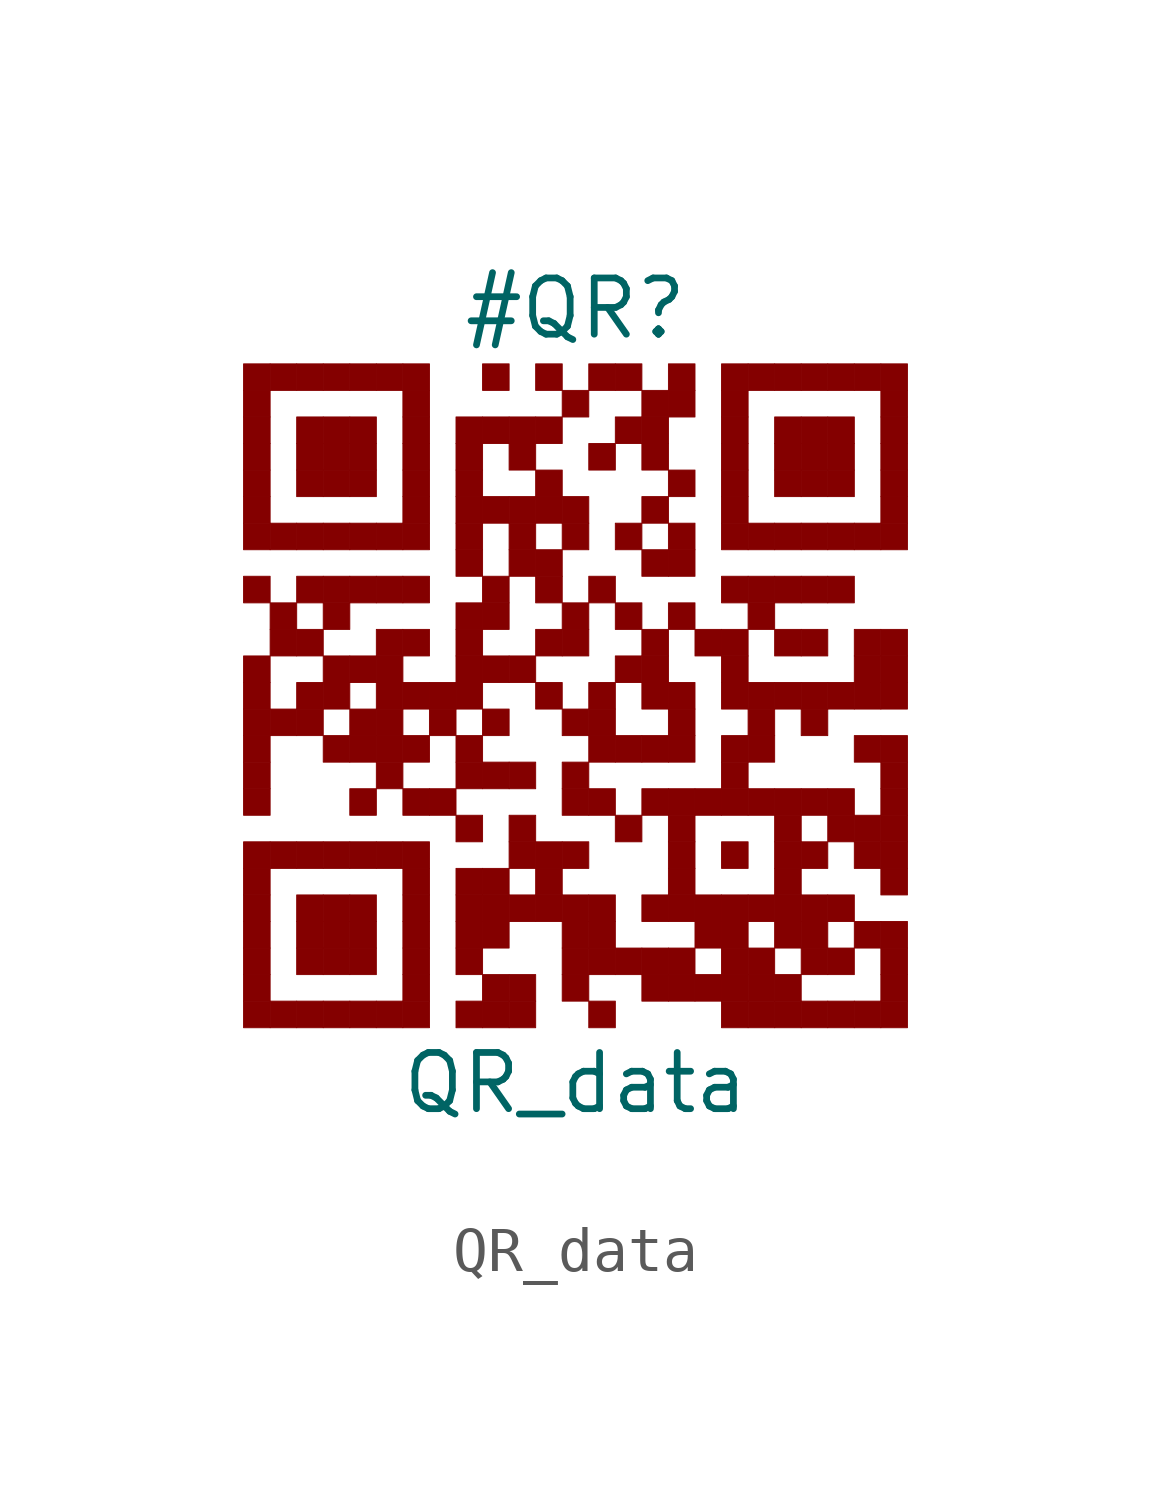
<source format=kicad_sym>
(kicad_symbol_lib
  (version 20211014)
  (generator kibot)
  (symbol "QR_data"
    (pin_numbers hide)
    (pin_names hide)
    (property "Reference" "#QR"
      (at 0 8.75 0)
      (effects (font (size 1.27 1.27))))
    (property "Value" "QR_data"
      (at 0 -8.75 0)
      (effects (font (size 1.27 1.27))))
    (rectangle
      (start -7.5 7.5)
      (end -6.9 6.9)
      (stroke (width 0.001) (type default))
      (fill (type outline)))
    (rectangle
      (start -6.9 7.5)
      (end -6.3 6.9)
      (stroke (width 0.001) (type default))
      (fill (type outline)))
    (rectangle
      (start -6.3 7.5)
      (end -5.7 6.9)
      (stroke (width 0.001) (type default))
      (fill (type outline)))
    (rectangle
      (start -5.7 7.5)
      (end -5.1 6.9)
      (stroke (width 0.001) (type default))
      (fill (type outline)))
    (rectangle
      (start -5.1 7.5)
      (end -4.5 6.9)
      (stroke (width 0.001) (type default))
      (fill (type outline)))
    (rectangle
      (start -4.5 7.5)
      (end -3.9 6.9)
      (stroke (width 0.001) (type default))
      (fill (type outline)))
    (rectangle
      (start -3.9 7.5)
      (end -3.3 6.9)
      (stroke (width 0.001) (type default))
      (fill (type outline)))
    (rectangle
      (start -2.1 7.5)
      (end -1.5 6.9)
      (stroke (width 0.001) (type default))
      (fill (type outline)))
    (rectangle
      (start -0.9 7.5)
      (end -0.3 6.9)
      (stroke (width 0.001) (type default))
      (fill (type outline)))
    (rectangle
      (start 0.3 7.5)
      (end 0.9 6.9)
      (stroke (width 0.001) (type default))
      (fill (type outline)))
    (rectangle
      (start 0.9 7.5)
      (end 1.5 6.9)
      (stroke (width 0.001) (type default))
      (fill (type outline)))
    (rectangle
      (start 2.1 7.5)
      (end 2.7 6.9)
      (stroke (width 0.001) (type default))
      (fill (type outline)))
    (rectangle
      (start 3.3 7.5)
      (end 3.9 6.9)
      (stroke (width 0.001) (type default))
      (fill (type outline)))
    (rectangle
      (start 3.9 7.5)
      (end 4.5 6.9)
      (stroke (width 0.001) (type default))
      (fill (type outline)))
    (rectangle
      (start 4.5 7.5)
      (end 5.1 6.9)
      (stroke (width 0.001) (type default))
      (fill (type outline)))
    (rectangle
      (start 5.1 7.5)
      (end 5.7 6.9)
      (stroke (width 0.001) (type default))
      (fill (type outline)))
    (rectangle
      (start 5.7 7.5)
      (end 6.3 6.9)
      (stroke (width 0.001) (type default))
      (fill (type outline)))
    (rectangle
      (start 6.3 7.5)
      (end 6.9 6.9)
      (stroke (width 0.001) (type default))
      (fill (type outline)))
    (rectangle
      (start 6.9 7.5)
      (end 7.5 6.9)
      (stroke (width 0.001) (type default))
      (fill (type outline)))
    (rectangle
      (start -7.5 6.9)
      (end -6.9 6.3)
      (stroke (width 0.001) (type default))
      (fill (type outline)))
    (rectangle
      (start -3.9 6.9)
      (end -3.3 6.3)
      (stroke (width 0.001) (type default))
      (fill (type outline)))
    (rectangle
      (start -0.3 6.9)
      (end 0.3 6.3)
      (stroke (width 0.001) (type default))
      (fill (type outline)))
    (rectangle
      (start 1.5 6.9)
      (end 2.1 6.3)
      (stroke (width 0.001) (type default))
      (fill (type outline)))
    (rectangle
      (start 2.1 6.9)
      (end 2.7 6.3)
      (stroke (width 0.001) (type default))
      (fill (type outline)))
    (rectangle
      (start 3.3 6.9)
      (end 3.9 6.3)
      (stroke (width 0.001) (type default))
      (fill (type outline)))
    (rectangle
      (start 6.9 6.9)
      (end 7.5 6.3)
      (stroke (width 0.001) (type default))
      (fill (type outline)))
    (rectangle
      (start -7.5 6.3)
      (end -6.9 5.7)
      (stroke (width 0.001) (type default))
      (fill (type outline)))
    (rectangle
      (start -6.3 6.3)
      (end -5.7 5.7)
      (stroke (width 0.001) (type default))
      (fill (type outline)))
    (rectangle
      (start -5.7 6.3)
      (end -5.1 5.7)
      (stroke (width 0.001) (type default))
      (fill (type outline)))
    (rectangle
      (start -5.1 6.3)
      (end -4.5 5.7)
      (stroke (width 0.001) (type default))
      (fill (type outline)))
    (rectangle
      (start -3.9 6.3)
      (end -3.3 5.7)
      (stroke (width 0.001) (type default))
      (fill (type outline)))
    (rectangle
      (start -2.7 6.3)
      (end -2.1 5.7)
      (stroke (width 0.001) (type default))
      (fill (type outline)))
    (rectangle
      (start -2.1 6.3)
      (end -1.5 5.7)
      (stroke (width 0.001) (type default))
      (fill (type outline)))
    (rectangle
      (start -1.5 6.3)
      (end -0.9 5.7)
      (stroke (width 0.001) (type default))
      (fill (type outline)))
    (rectangle
      (start -0.9 6.3)
      (end -0.3 5.7)
      (stroke (width 0.001) (type default))
      (fill (type outline)))
    (rectangle
      (start 0.9 6.3)
      (end 1.5 5.7)
      (stroke (width 0.001) (type default))
      (fill (type outline)))
    (rectangle
      (start 1.5 6.3)
      (end 2.1 5.7)
      (stroke (width 0.001) (type default))
      (fill (type outline)))
    (rectangle
      (start 3.3 6.3)
      (end 3.9 5.7)
      (stroke (width 0.001) (type default))
      (fill (type outline)))
    (rectangle
      (start 4.5 6.3)
      (end 5.1 5.7)
      (stroke (width 0.001) (type default))
      (fill (type outline)))
    (rectangle
      (start 5.1 6.3)
      (end 5.7 5.7)
      (stroke (width 0.001) (type default))
      (fill (type outline)))
    (rectangle
      (start 5.7 6.3)
      (end 6.3 5.7)
      (stroke (width 0.001) (type default))
      (fill (type outline)))
    (rectangle
      (start 6.9 6.3)
      (end 7.5 5.7)
      (stroke (width 0.001) (type default))
      (fill (type outline)))
    (rectangle
      (start -7.5 5.7)
      (end -6.9 5.1)
      (stroke (width 0.001) (type default))
      (fill (type outline)))
    (rectangle
      (start -6.3 5.7)
      (end -5.7 5.1)
      (stroke (width 0.001) (type default))
      (fill (type outline)))
    (rectangle
      (start -5.7 5.7)
      (end -5.1 5.1)
      (stroke (width 0.001) (type default))
      (fill (type outline)))
    (rectangle
      (start -5.1 5.7)
      (end -4.5 5.1)
      (stroke (width 0.001) (type default))
      (fill (type outline)))
    (rectangle
      (start -3.9 5.7)
      (end -3.3 5.1)
      (stroke (width 0.001) (type default))
      (fill (type outline)))
    (rectangle
      (start -2.7 5.7)
      (end -2.1 5.1)
      (stroke (width 0.001) (type default))
      (fill (type outline)))
    (rectangle
      (start -1.5 5.7)
      (end -0.9 5.1)
      (stroke (width 0.001) (type default))
      (fill (type outline)))
    (rectangle
      (start 0.3 5.7)
      (end 0.9 5.1)
      (stroke (width 0.001) (type default))
      (fill (type outline)))
    (rectangle
      (start 1.5 5.7)
      (end 2.1 5.1)
      (stroke (width 0.001) (type default))
      (fill (type outline)))
    (rectangle
      (start 3.3 5.7)
      (end 3.9 5.1)
      (stroke (width 0.001) (type default))
      (fill (type outline)))
    (rectangle
      (start 4.5 5.7)
      (end 5.1 5.1)
      (stroke (width 0.001) (type default))
      (fill (type outline)))
    (rectangle
      (start 5.1 5.7)
      (end 5.7 5.1)
      (stroke (width 0.001) (type default))
      (fill (type outline)))
    (rectangle
      (start 5.7 5.7)
      (end 6.3 5.1)
      (stroke (width 0.001) (type default))
      (fill (type outline)))
    (rectangle
      (start 6.9 5.7)
      (end 7.5 5.1)
      (stroke (width 0.001) (type default))
      (fill (type outline)))
    (rectangle
      (start -7.5 5.1)
      (end -6.9 4.5)
      (stroke (width 0.001) (type default))
      (fill (type outline)))
    (rectangle
      (start -6.3 5.1)
      (end -5.7 4.5)
      (stroke (width 0.001) (type default))
      (fill (type outline)))
    (rectangle
      (start -5.7 5.1)
      (end -5.1 4.5)
      (stroke (width 0.001) (type default))
      (fill (type outline)))
    (rectangle
      (start -5.1 5.1)
      (end -4.5 4.5)
      (stroke (width 0.001) (type default))
      (fill (type outline)))
    (rectangle
      (start -3.9 5.1)
      (end -3.3 4.5)
      (stroke (width 0.001) (type default))
      (fill (type outline)))
    (rectangle
      (start -2.7 5.1)
      (end -2.1 4.5)
      (stroke (width 0.001) (type default))
      (fill (type outline)))
    (rectangle
      (start -0.9 5.1)
      (end -0.3 4.5)
      (stroke (width 0.001) (type default))
      (fill (type outline)))
    (rectangle
      (start 2.1 5.1)
      (end 2.7 4.5)
      (stroke (width 0.001) (type default))
      (fill (type outline)))
    (rectangle
      (start 3.3 5.1)
      (end 3.9 4.5)
      (stroke (width 0.001) (type default))
      (fill (type outline)))
    (rectangle
      (start 4.5 5.1)
      (end 5.1 4.5)
      (stroke (width 0.001) (type default))
      (fill (type outline)))
    (rectangle
      (start 5.1 5.1)
      (end 5.7 4.5)
      (stroke (width 0.001) (type default))
      (fill (type outline)))
    (rectangle
      (start 5.7 5.1)
      (end 6.3 4.5)
      (stroke (width 0.001) (type default))
      (fill (type outline)))
    (rectangle
      (start 6.9 5.1)
      (end 7.5 4.5)
      (stroke (width 0.001) (type default))
      (fill (type outline)))
    (rectangle
      (start -7.5 4.5)
      (end -6.9 3.9)
      (stroke (width 0.001) (type default))
      (fill (type outline)))
    (rectangle
      (start -3.9 4.5)
      (end -3.3 3.9)
      (stroke (width 0.001) (type default))
      (fill (type outline)))
    (rectangle
      (start -2.7 4.5)
      (end -2.1 3.9)
      (stroke (width 0.001) (type default))
      (fill (type outline)))
    (rectangle
      (start -2.1 4.5)
      (end -1.5 3.9)
      (stroke (width 0.001) (type default))
      (fill (type outline)))
    (rectangle
      (start -1.5 4.5)
      (end -0.9 3.9)
      (stroke (width 0.001) (type default))
      (fill (type outline)))
    (rectangle
      (start -0.9 4.5)
      (end -0.3 3.9)
      (stroke (width 0.001) (type default))
      (fill (type outline)))
    (rectangle
      (start -0.3 4.5)
      (end 0.3 3.9)
      (stroke (width 0.001) (type default))
      (fill (type outline)))
    (rectangle
      (start 1.5 4.5)
      (end 2.1 3.9)
      (stroke (width 0.001) (type default))
      (fill (type outline)))
    (rectangle
      (start 3.3 4.5)
      (end 3.9 3.9)
      (stroke (width 0.001) (type default))
      (fill (type outline)))
    (rectangle
      (start 6.9 4.5)
      (end 7.5 3.9)
      (stroke (width 0.001) (type default))
      (fill (type outline)))
    (rectangle
      (start -7.5 3.9)
      (end -6.9 3.3)
      (stroke (width 0.001) (type default))
      (fill (type outline)))
    (rectangle
      (start -6.9 3.9)
      (end -6.3 3.3)
      (stroke (width 0.001) (type default))
      (fill (type outline)))
    (rectangle
      (start -6.3 3.9)
      (end -5.7 3.3)
      (stroke (width 0.001) (type default))
      (fill (type outline)))
    (rectangle
      (start -5.7 3.9)
      (end -5.1 3.3)
      (stroke (width 0.001) (type default))
      (fill (type outline)))
    (rectangle
      (start -5.1 3.9)
      (end -4.5 3.3)
      (stroke (width 0.001) (type default))
      (fill (type outline)))
    (rectangle
      (start -4.5 3.9)
      (end -3.9 3.3)
      (stroke (width 0.001) (type default))
      (fill (type outline)))
    (rectangle
      (start -3.9 3.9)
      (end -3.3 3.3)
      (stroke (width 0.001) (type default))
      (fill (type outline)))
    (rectangle
      (start -2.7 3.9)
      (end -2.1 3.3)
      (stroke (width 0.001) (type default))
      (fill (type outline)))
    (rectangle
      (start -1.5 3.9)
      (end -0.9 3.3)
      (stroke (width 0.001) (type default))
      (fill (type outline)))
    (rectangle
      (start -0.3 3.9)
      (end 0.3 3.3)
      (stroke (width 0.001) (type default))
      (fill (type outline)))
    (rectangle
      (start 0.9 3.9)
      (end 1.5 3.3)
      (stroke (width 0.001) (type default))
      (fill (type outline)))
    (rectangle
      (start 2.1 3.9)
      (end 2.7 3.3)
      (stroke (width 0.001) (type default))
      (fill (type outline)))
    (rectangle
      (start 3.3 3.9)
      (end 3.9 3.3)
      (stroke (width 0.001) (type default))
      (fill (type outline)))
    (rectangle
      (start 3.9 3.9)
      (end 4.5 3.3)
      (stroke (width 0.001) (type default))
      (fill (type outline)))
    (rectangle
      (start 4.5 3.9)
      (end 5.1 3.3)
      (stroke (width 0.001) (type default))
      (fill (type outline)))
    (rectangle
      (start 5.1 3.9)
      (end 5.7 3.3)
      (stroke (width 0.001) (type default))
      (fill (type outline)))
    (rectangle
      (start 5.7 3.9)
      (end 6.3 3.3)
      (stroke (width 0.001) (type default))
      (fill (type outline)))
    (rectangle
      (start 6.3 3.9)
      (end 6.9 3.3)
      (stroke (width 0.001) (type default))
      (fill (type outline)))
    (rectangle
      (start 6.9 3.9)
      (end 7.5 3.3)
      (stroke (width 0.001) (type default))
      (fill (type outline)))
    (rectangle
      (start -2.7 3.3)
      (end -2.1 2.7)
      (stroke (width 0.001) (type default))
      (fill (type outline)))
    (rectangle
      (start -1.5 3.3)
      (end -0.9 2.7)
      (stroke (width 0.001) (type default))
      (fill (type outline)))
    (rectangle
      (start -0.9 3.3)
      (end -0.3 2.7)
      (stroke (width 0.001) (type default))
      (fill (type outline)))
    (rectangle
      (start 1.5 3.3)
      (end 2.1 2.7)
      (stroke (width 0.001) (type default))
      (fill (type outline)))
    (rectangle
      (start 2.1 3.3)
      (end 2.7 2.7)
      (stroke (width 0.001) (type default))
      (fill (type outline)))
    (rectangle
      (start -7.5 2.7)
      (end -6.9 2.1)
      (stroke (width 0.001) (type default))
      (fill (type outline)))
    (rectangle
      (start -6.3 2.7)
      (end -5.7 2.1)
      (stroke (width 0.001) (type default))
      (fill (type outline)))
    (rectangle
      (start -5.7 2.7)
      (end -5.1 2.1)
      (stroke (width 0.001) (type default))
      (fill (type outline)))
    (rectangle
      (start -5.1 2.7)
      (end -4.5 2.1)
      (stroke (width 0.001) (type default))
      (fill (type outline)))
    (rectangle
      (start -4.5 2.7)
      (end -3.9 2.1)
      (stroke (width 0.001) (type default))
      (fill (type outline)))
    (rectangle
      (start -3.9 2.7)
      (end -3.3 2.1)
      (stroke (width 0.001) (type default))
      (fill (type outline)))
    (rectangle
      (start -2.1 2.7)
      (end -1.5 2.1)
      (stroke (width 0.001) (type default))
      (fill (type outline)))
    (rectangle
      (start -0.9 2.7)
      (end -0.3 2.1)
      (stroke (width 0.001) (type default))
      (fill (type outline)))
    (rectangle
      (start 0.3 2.7)
      (end 0.9 2.1)
      (stroke (width 0.001) (type default))
      (fill (type outline)))
    (rectangle
      (start 3.3 2.7)
      (end 3.9 2.1)
      (stroke (width 0.001) (type default))
      (fill (type outline)))
    (rectangle
      (start 3.9 2.7)
      (end 4.5 2.1)
      (stroke (width 0.001) (type default))
      (fill (type outline)))
    (rectangle
      (start 4.5 2.7)
      (end 5.1 2.1)
      (stroke (width 0.001) (type default))
      (fill (type outline)))
    (rectangle
      (start 5.1 2.7)
      (end 5.7 2.1)
      (stroke (width 0.001) (type default))
      (fill (type outline)))
    (rectangle
      (start 5.7 2.7)
      (end 6.3 2.1)
      (stroke (width 0.001) (type default))
      (fill (type outline)))
    (rectangle
      (start -6.9 2.1)
      (end -6.3 1.5)
      (stroke (width 0.001) (type default))
      (fill (type outline)))
    (rectangle
      (start -5.7 2.1)
      (end -5.1 1.5)
      (stroke (width 0.001) (type default))
      (fill (type outline)))
    (rectangle
      (start -2.7 2.1)
      (end -2.1 1.5)
      (stroke (width 0.001) (type default))
      (fill (type outline)))
    (rectangle
      (start -2.1 2.1)
      (end -1.5 1.5)
      (stroke (width 0.001) (type default))
      (fill (type outline)))
    (rectangle
      (start -0.3 2.1)
      (end 0.3 1.5)
      (stroke (width 0.001) (type default))
      (fill (type outline)))
    (rectangle
      (start 0.9 2.1)
      (end 1.5 1.5)
      (stroke (width 0.001) (type default))
      (fill (type outline)))
    (rectangle
      (start 2.1 2.1)
      (end 2.7 1.5)
      (stroke (width 0.001) (type default))
      (fill (type outline)))
    (rectangle
      (start 3.9 2.1)
      (end 4.5 1.5)
      (stroke (width 0.001) (type default))
      (fill (type outline)))
    (rectangle
      (start -6.9 1.5)
      (end -6.3 0.9)
      (stroke (width 0.001) (type default))
      (fill (type outline)))
    (rectangle
      (start -6.3 1.5)
      (end -5.7 0.9)
      (stroke (width 0.001) (type default))
      (fill (type outline)))
    (rectangle
      (start -4.5 1.5)
      (end -3.9 0.9)
      (stroke (width 0.001) (type default))
      (fill (type outline)))
    (rectangle
      (start -3.9 1.5)
      (end -3.3 0.9)
      (stroke (width 0.001) (type default))
      (fill (type outline)))
    (rectangle
      (start -2.7 1.5)
      (end -2.1 0.9)
      (stroke (width 0.001) (type default))
      (fill (type outline)))
    (rectangle
      (start -0.9 1.5)
      (end -0.3 0.9)
      (stroke (width 0.001) (type default))
      (fill (type outline)))
    (rectangle
      (start -0.3 1.5)
      (end 0.3 0.9)
      (stroke (width 0.001) (type default))
      (fill (type outline)))
    (rectangle
      (start 1.5 1.5)
      (end 2.1 0.9)
      (stroke (width 0.001) (type default))
      (fill (type outline)))
    (rectangle
      (start 2.7 1.5)
      (end 3.3 0.9)
      (stroke (width 0.001) (type default))
      (fill (type outline)))
    (rectangle
      (start 3.3 1.5)
      (end 3.9 0.9)
      (stroke (width 0.001) (type default))
      (fill (type outline)))
    (rectangle
      (start 4.5 1.5)
      (end 5.1 0.9)
      (stroke (width 0.001) (type default))
      (fill (type outline)))
    (rectangle
      (start 5.1 1.5)
      (end 5.7 0.9)
      (stroke (width 0.001) (type default))
      (fill (type outline)))
    (rectangle
      (start 6.3 1.5)
      (end 6.9 0.9)
      (stroke (width 0.001) (type default))
      (fill (type outline)))
    (rectangle
      (start 6.9 1.5)
      (end 7.5 0.9)
      (stroke (width 0.001) (type default))
      (fill (type outline)))
    (rectangle
      (start -7.5 0.9)
      (end -6.9 0.3)
      (stroke (width 0.001) (type default))
      (fill (type outline)))
    (rectangle
      (start -5.7 0.9)
      (end -5.1 0.3)
      (stroke (width 0.001) (type default))
      (fill (type outline)))
    (rectangle
      (start -5.1 0.9)
      (end -4.5 0.3)
      (stroke (width 0.001) (type default))
      (fill (type outline)))
    (rectangle
      (start -4.5 0.9)
      (end -3.9 0.3)
      (stroke (width 0.001) (type default))
      (fill (type outline)))
    (rectangle
      (start -2.7 0.9)
      (end -2.1 0.3)
      (stroke (width 0.001) (type default))
      (fill (type outline)))
    (rectangle
      (start -2.1 0.9)
      (end -1.5 0.3)
      (stroke (width 0.001) (type default))
      (fill (type outline)))
    (rectangle
      (start -1.5 0.9)
      (end -0.9 0.3)
      (stroke (width 0.001) (type default))
      (fill (type outline)))
    (rectangle
      (start 0.9 0.9)
      (end 1.5 0.3)
      (stroke (width 0.001) (type default))
      (fill (type outline)))
    (rectangle
      (start 1.5 0.9)
      (end 2.1 0.3)
      (stroke (width 0.001) (type default))
      (fill (type outline)))
    (rectangle
      (start 3.3 0.9)
      (end 3.9 0.3)
      (stroke (width 0.001) (type default))
      (fill (type outline)))
    (rectangle
      (start 6.3 0.9)
      (end 6.9 0.3)
      (stroke (width 0.001) (type default))
      (fill (type outline)))
    (rectangle
      (start 6.9 0.9)
      (end 7.5 0.3)
      (stroke (width 0.001) (type default))
      (fill (type outline)))
    (rectangle
      (start -7.5 0.3)
      (end -6.9 -0.3)
      (stroke (width 0.001) (type default))
      (fill (type outline)))
    (rectangle
      (start -6.3 0.3)
      (end -5.7 -0.3)
      (stroke (width 0.001) (type default))
      (fill (type outline)))
    (rectangle
      (start -5.7 0.3)
      (end -5.1 -0.3)
      (stroke (width 0.001) (type default))
      (fill (type outline)))
    (rectangle
      (start -4.5 0.3)
      (end -3.9 -0.3)
      (stroke (width 0.001) (type default))
      (fill (type outline)))
    (rectangle
      (start -3.9 0.3)
      (end -3.3 -0.3)
      (stroke (width 0.001) (type default))
      (fill (type outline)))
    (rectangle
      (start -3.3 0.3)
      (end -2.7 -0.3)
      (stroke (width 0.001) (type default))
      (fill (type outline)))
    (rectangle
      (start -2.7 0.3)
      (end -2.1 -0.3)
      (stroke (width 0.001) (type default))
      (fill (type outline)))
    (rectangle
      (start -0.9 0.3)
      (end -0.3 -0.3)
      (stroke (width 0.001) (type default))
      (fill (type outline)))
    (rectangle
      (start 0.3 0.3)
      (end 0.9 -0.3)
      (stroke (width 0.001) (type default))
      (fill (type outline)))
    (rectangle
      (start 1.5 0.3)
      (end 2.1 -0.3)
      (stroke (width 0.001) (type default))
      (fill (type outline)))
    (rectangle
      (start 2.1 0.3)
      (end 2.7 -0.3)
      (stroke (width 0.001) (type default))
      (fill (type outline)))
    (rectangle
      (start 3.3 0.3)
      (end 3.9 -0.3)
      (stroke (width 0.001) (type default))
      (fill (type outline)))
    (rectangle
      (start 3.9 0.3)
      (end 4.5 -0.3)
      (stroke (width 0.001) (type default))
      (fill (type outline)))
    (rectangle
      (start 4.5 0.3)
      (end 5.1 -0.3)
      (stroke (width 0.001) (type default))
      (fill (type outline)))
    (rectangle
      (start 5.1 0.3)
      (end 5.7 -0.3)
      (stroke (width 0.001) (type default))
      (fill (type outline)))
    (rectangle
      (start 5.7 0.3)
      (end 6.3 -0.3)
      (stroke (width 0.001) (type default))
      (fill (type outline)))
    (rectangle
      (start 6.3 0.3)
      (end 6.9 -0.3)
      (stroke (width 0.001) (type default))
      (fill (type outline)))
    (rectangle
      (start 6.9 0.3)
      (end 7.5 -0.3)
      (stroke (width 0.001) (type default))
      (fill (type outline)))
    (rectangle
      (start -7.5 -0.3)
      (end -6.9 -0.9)
      (stroke (width 0.001) (type default))
      (fill (type outline)))
    (rectangle
      (start -6.9 -0.3)
      (end -6.3 -0.9)
      (stroke (width 0.001) (type default))
      (fill (type outline)))
    (rectangle
      (start -6.3 -0.3)
      (end -5.7 -0.9)
      (stroke (width 0.001) (type default))
      (fill (type outline)))
    (rectangle
      (start -5.1 -0.3)
      (end -4.5 -0.9)
      (stroke (width 0.001) (type default))
      (fill (type outline)))
    (rectangle
      (start -4.5 -0.3)
      (end -3.9 -0.9)
      (stroke (width 0.001) (type default))
      (fill (type outline)))
    (rectangle
      (start -3.3 -0.3)
      (end -2.7 -0.9)
      (stroke (width 0.001) (type default))
      (fill (type outline)))
    (rectangle
      (start -2.1 -0.3)
      (end -1.5 -0.9)
      (stroke (width 0.001) (type default))
      (fill (type outline)))
    (rectangle
      (start -0.3 -0.3)
      (end 0.3 -0.9)
      (stroke (width 0.001) (type default))
      (fill (type outline)))
    (rectangle
      (start 0.3 -0.3)
      (end 0.9 -0.9)
      (stroke (width 0.001) (type default))
      (fill (type outline)))
    (rectangle
      (start 2.1 -0.3)
      (end 2.7 -0.9)
      (stroke (width 0.001) (type default))
      (fill (type outline)))
    (rectangle
      (start 3.9 -0.3)
      (end 4.5 -0.9)
      (stroke (width 0.001) (type default))
      (fill (type outline)))
    (rectangle
      (start 5.1 -0.3)
      (end 5.7 -0.9)
      (stroke (width 0.001) (type default))
      (fill (type outline)))
    (rectangle
      (start -7.5 -0.9)
      (end -6.9 -1.5)
      (stroke (width 0.001) (type default))
      (fill (type outline)))
    (rectangle
      (start -5.7 -0.9)
      (end -5.1 -1.5)
      (stroke (width 0.001) (type default))
      (fill (type outline)))
    (rectangle
      (start -5.1 -0.9)
      (end -4.5 -1.5)
      (stroke (width 0.001) (type default))
      (fill (type outline)))
    (rectangle
      (start -4.5 -0.9)
      (end -3.9 -1.5)
      (stroke (width 0.001) (type default))
      (fill (type outline)))
    (rectangle
      (start -3.9 -0.9)
      (end -3.3 -1.5)
      (stroke (width 0.001) (type default))
      (fill (type outline)))
    (rectangle
      (start -2.7 -0.9)
      (end -2.1 -1.5)
      (stroke (width 0.001) (type default))
      (fill (type outline)))
    (rectangle
      (start 0.3 -0.9)
      (end 0.9 -1.5)
      (stroke (width 0.001) (type default))
      (fill (type outline)))
    (rectangle
      (start 0.9 -0.9)
      (end 1.5 -1.5)
      (stroke (width 0.001) (type default))
      (fill (type outline)))
    (rectangle
      (start 1.5 -0.9)
      (end 2.1 -1.5)
      (stroke (width 0.001) (type default))
      (fill (type outline)))
    (rectangle
      (start 2.1 -0.9)
      (end 2.7 -1.5)
      (stroke (width 0.001) (type default))
      (fill (type outline)))
    (rectangle
      (start 3.3 -0.9)
      (end 3.9 -1.5)
      (stroke (width 0.001) (type default))
      (fill (type outline)))
    (rectangle
      (start 3.9 -0.9)
      (end 4.5 -1.5)
      (stroke (width 0.001) (type default))
      (fill (type outline)))
    (rectangle
      (start 6.3 -0.9)
      (end 6.9 -1.5)
      (stroke (width 0.001) (type default))
      (fill (type outline)))
    (rectangle
      (start 6.9 -0.9)
      (end 7.5 -1.5)
      (stroke (width 0.001) (type default))
      (fill (type outline)))
    (rectangle
      (start -7.5 -1.5)
      (end -6.9 -2.1)
      (stroke (width 0.001) (type default))
      (fill (type outline)))
    (rectangle
      (start -4.5 -1.5)
      (end -3.9 -2.1)
      (stroke (width 0.001) (type default))
      (fill (type outline)))
    (rectangle
      (start -2.7 -1.5)
      (end -2.1 -2.1)
      (stroke (width 0.001) (type default))
      (fill (type outline)))
    (rectangle
      (start -2.1 -1.5)
      (end -1.5 -2.1)
      (stroke (width 0.001) (type default))
      (fill (type outline)))
    (rectangle
      (start -1.5 -1.5)
      (end -0.9 -2.1)
      (stroke (width 0.001) (type default))
      (fill (type outline)))
    (rectangle
      (start -0.3 -1.5)
      (end 0.3 -2.1)
      (stroke (width 0.001) (type default))
      (fill (type outline)))
    (rectangle
      (start 3.3 -1.5)
      (end 3.9 -2.1)
      (stroke (width 0.001) (type default))
      (fill (type outline)))
    (rectangle
      (start 6.9 -1.5)
      (end 7.5 -2.1)
      (stroke (width 0.001) (type default))
      (fill (type outline)))
    (rectangle
      (start -7.5 -2.1)
      (end -6.9 -2.7)
      (stroke (width 0.001) (type default))
      (fill (type outline)))
    (rectangle
      (start -5.1 -2.1)
      (end -4.5 -2.7)
      (stroke (width 0.001) (type default))
      (fill (type outline)))
    (rectangle
      (start -3.9 -2.1)
      (end -3.3 -2.7)
      (stroke (width 0.001) (type default))
      (fill (type outline)))
    (rectangle
      (start -3.3 -2.1)
      (end -2.7 -2.7)
      (stroke (width 0.001) (type default))
      (fill (type outline)))
    (rectangle
      (start -0.3 -2.1)
      (end 0.3 -2.7)
      (stroke (width 0.001) (type default))
      (fill (type outline)))
    (rectangle
      (start 0.3 -2.1)
      (end 0.9 -2.7)
      (stroke (width 0.001) (type default))
      (fill (type outline)))
    (rectangle
      (start 1.5 -2.1)
      (end 2.1 -2.7)
      (stroke (width 0.001) (type default))
      (fill (type outline)))
    (rectangle
      (start 2.1 -2.1)
      (end 2.7 -2.7)
      (stroke (width 0.001) (type default))
      (fill (type outline)))
    (rectangle
      (start 2.7 -2.1)
      (end 3.3 -2.7)
      (stroke (width 0.001) (type default))
      (fill (type outline)))
    (rectangle
      (start 3.3 -2.1)
      (end 3.9 -2.7)
      (stroke (width 0.001) (type default))
      (fill (type outline)))
    (rectangle
      (start 3.9 -2.1)
      (end 4.5 -2.7)
      (stroke (width 0.001) (type default))
      (fill (type outline)))
    (rectangle
      (start 4.5 -2.1)
      (end 5.1 -2.7)
      (stroke (width 0.001) (type default))
      (fill (type outline)))
    (rectangle
      (start 5.1 -2.1)
      (end 5.7 -2.7)
      (stroke (width 0.001) (type default))
      (fill (type outline)))
    (rectangle
      (start 5.7 -2.1)
      (end 6.3 -2.7)
      (stroke (width 0.001) (type default))
      (fill (type outline)))
    (rectangle
      (start 6.9 -2.1)
      (end 7.5 -2.7)
      (stroke (width 0.001) (type default))
      (fill (type outline)))
    (rectangle
      (start -2.7 -2.7)
      (end -2.1 -3.3)
      (stroke (width 0.001) (type default))
      (fill (type outline)))
    (rectangle
      (start -1.5 -2.7)
      (end -0.9 -3.3)
      (stroke (width 0.001) (type default))
      (fill (type outline)))
    (rectangle
      (start 0.9 -2.7)
      (end 1.5 -3.3)
      (stroke (width 0.001) (type default))
      (fill (type outline)))
    (rectangle
      (start 2.1 -2.7)
      (end 2.7 -3.3)
      (stroke (width 0.001) (type default))
      (fill (type outline)))
    (rectangle
      (start 4.5 -2.7)
      (end 5.1 -3.3)
      (stroke (width 0.001) (type default))
      (fill (type outline)))
    (rectangle
      (start 5.7 -2.7)
      (end 6.3 -3.3)
      (stroke (width 0.001) (type default))
      (fill (type outline)))
    (rectangle
      (start 6.3 -2.7)
      (end 6.9 -3.3)
      (stroke (width 0.001) (type default))
      (fill (type outline)))
    (rectangle
      (start 6.9 -2.7)
      (end 7.5 -3.3)
      (stroke (width 0.001) (type default))
      (fill (type outline)))
    (rectangle
      (start -7.5 -3.3)
      (end -6.9 -3.9)
      (stroke (width 0.001) (type default))
      (fill (type outline)))
    (rectangle
      (start -6.9 -3.3)
      (end -6.3 -3.9)
      (stroke (width 0.001) (type default))
      (fill (type outline)))
    (rectangle
      (start -6.3 -3.3)
      (end -5.7 -3.9)
      (stroke (width 0.001) (type default))
      (fill (type outline)))
    (rectangle
      (start -5.7 -3.3)
      (end -5.1 -3.9)
      (stroke (width 0.001) (type default))
      (fill (type outline)))
    (rectangle
      (start -5.1 -3.3)
      (end -4.5 -3.9)
      (stroke (width 0.001) (type default))
      (fill (type outline)))
    (rectangle
      (start -4.5 -3.3)
      (end -3.9 -3.9)
      (stroke (width 0.001) (type default))
      (fill (type outline)))
    (rectangle
      (start -3.9 -3.3)
      (end -3.3 -3.9)
      (stroke (width 0.001) (type default))
      (fill (type outline)))
    (rectangle
      (start -1.5 -3.3)
      (end -0.9 -3.9)
      (stroke (width 0.001) (type default))
      (fill (type outline)))
    (rectangle
      (start -0.9 -3.3)
      (end -0.3 -3.9)
      (stroke (width 0.001) (type default))
      (fill (type outline)))
    (rectangle
      (start -0.3 -3.3)
      (end 0.3 -3.9)
      (stroke (width 0.001) (type default))
      (fill (type outline)))
    (rectangle
      (start 2.1 -3.3)
      (end 2.7 -3.9)
      (stroke (width 0.001) (type default))
      (fill (type outline)))
    (rectangle
      (start 3.3 -3.3)
      (end 3.9 -3.9)
      (stroke (width 0.001) (type default))
      (fill (type outline)))
    (rectangle
      (start 4.5 -3.3)
      (end 5.1 -3.9)
      (stroke (width 0.001) (type default))
      (fill (type outline)))
    (rectangle
      (start 5.1 -3.3)
      (end 5.7 -3.9)
      (stroke (width 0.001) (type default))
      (fill (type outline)))
    (rectangle
      (start 6.3 -3.3)
      (end 6.9 -3.9)
      (stroke (width 0.001) (type default))
      (fill (type outline)))
    (rectangle
      (start 6.9 -3.3)
      (end 7.5 -3.9)
      (stroke (width 0.001) (type default))
      (fill (type outline)))
    (rectangle
      (start -7.5 -3.9)
      (end -6.9 -4.5)
      (stroke (width 0.001) (type default))
      (fill (type outline)))
    (rectangle
      (start -3.9 -3.9)
      (end -3.3 -4.5)
      (stroke (width 0.001) (type default))
      (fill (type outline)))
    (rectangle
      (start -2.7 -3.9)
      (end -2.1 -4.5)
      (stroke (width 0.001) (type default))
      (fill (type outline)))
    (rectangle
      (start -2.1 -3.9)
      (end -1.5 -4.5)
      (stroke (width 0.001) (type default))
      (fill (type outline)))
    (rectangle
      (start -0.9 -3.9)
      (end -0.3 -4.5)
      (stroke (width 0.001) (type default))
      (fill (type outline)))
    (rectangle
      (start 2.1 -3.9)
      (end 2.7 -4.5)
      (stroke (width 0.001) (type default))
      (fill (type outline)))
    (rectangle
      (start 4.5 -3.9)
      (end 5.1 -4.5)
      (stroke (width 0.001) (type default))
      (fill (type outline)))
    (rectangle
      (start 6.9 -3.9)
      (end 7.5 -4.5)
      (stroke (width 0.001) (type default))
      (fill (type outline)))
    (rectangle
      (start -7.5 -4.5)
      (end -6.9 -5.1)
      (stroke (width 0.001) (type default))
      (fill (type outline)))
    (rectangle
      (start -6.3 -4.5)
      (end -5.7 -5.1)
      (stroke (width 0.001) (type default))
      (fill (type outline)))
    (rectangle
      (start -5.7 -4.5)
      (end -5.1 -5.1)
      (stroke (width 0.001) (type default))
      (fill (type outline)))
    (rectangle
      (start -5.1 -4.5)
      (end -4.5 -5.1)
      (stroke (width 0.001) (type default))
      (fill (type outline)))
    (rectangle
      (start -3.9 -4.5)
      (end -3.3 -5.1)
      (stroke (width 0.001) (type default))
      (fill (type outline)))
    (rectangle
      (start -2.7 -4.5)
      (end -2.1 -5.1)
      (stroke (width 0.001) (type default))
      (fill (type outline)))
    (rectangle
      (start -2.1 -4.5)
      (end -1.5 -5.1)
      (stroke (width 0.001) (type default))
      (fill (type outline)))
    (rectangle
      (start -1.5 -4.5)
      (end -0.9 -5.1)
      (stroke (width 0.001) (type default))
      (fill (type outline)))
    (rectangle
      (start -0.9 -4.5)
      (end -0.3 -5.1)
      (stroke (width 0.001) (type default))
      (fill (type outline)))
    (rectangle
      (start -0.3 -4.5)
      (end 0.3 -5.1)
      (stroke (width 0.001) (type default))
      (fill (type outline)))
    (rectangle
      (start 0.3 -4.5)
      (end 0.9 -5.1)
      (stroke (width 0.001) (type default))
      (fill (type outline)))
    (rectangle
      (start 1.5 -4.5)
      (end 2.1 -5.1)
      (stroke (width 0.001) (type default))
      (fill (type outline)))
    (rectangle
      (start 2.1 -4.5)
      (end 2.7 -5.1)
      (stroke (width 0.001) (type default))
      (fill (type outline)))
    (rectangle
      (start 2.7 -4.5)
      (end 3.3 -5.1)
      (stroke (width 0.001) (type default))
      (fill (type outline)))
    (rectangle
      (start 3.3 -4.5)
      (end 3.9 -5.1)
      (stroke (width 0.001) (type default))
      (fill (type outline)))
    (rectangle
      (start 3.9 -4.5)
      (end 4.5 -5.1)
      (stroke (width 0.001) (type default))
      (fill (type outline)))
    (rectangle
      (start 4.5 -4.5)
      (end 5.1 -5.1)
      (stroke (width 0.001) (type default))
      (fill (type outline)))
    (rectangle
      (start 5.1 -4.5)
      (end 5.7 -5.1)
      (stroke (width 0.001) (type default))
      (fill (type outline)))
    (rectangle
      (start 5.7 -4.5)
      (end 6.3 -5.1)
      (stroke (width 0.001) (type default))
      (fill (type outline)))
    (rectangle
      (start -7.5 -5.1)
      (end -6.9 -5.7)
      (stroke (width 0.001) (type default))
      (fill (type outline)))
    (rectangle
      (start -6.3 -5.1)
      (end -5.7 -5.7)
      (stroke (width 0.001) (type default))
      (fill (type outline)))
    (rectangle
      (start -5.7 -5.1)
      (end -5.1 -5.7)
      (stroke (width 0.001) (type default))
      (fill (type outline)))
    (rectangle
      (start -5.1 -5.1)
      (end -4.5 -5.7)
      (stroke (width 0.001) (type default))
      (fill (type outline)))
    (rectangle
      (start -3.9 -5.1)
      (end -3.3 -5.7)
      (stroke (width 0.001) (type default))
      (fill (type outline)))
    (rectangle
      (start -2.7 -5.1)
      (end -2.1 -5.7)
      (stroke (width 0.001) (type default))
      (fill (type outline)))
    (rectangle
      (start -2.1 -5.1)
      (end -1.5 -5.7)
      (stroke (width 0.001) (type default))
      (fill (type outline)))
    (rectangle
      (start -0.3 -5.1)
      (end 0.3 -5.7)
      (stroke (width 0.001) (type default))
      (fill (type outline)))
    (rectangle
      (start 0.3 -5.1)
      (end 0.9 -5.7)
      (stroke (width 0.001) (type default))
      (fill (type outline)))
    (rectangle
      (start 2.7 -5.1)
      (end 3.3 -5.7)
      (stroke (width 0.001) (type default))
      (fill (type outline)))
    (rectangle
      (start 3.3 -5.1)
      (end 3.9 -5.7)
      (stroke (width 0.001) (type default))
      (fill (type outline)))
    (rectangle
      (start 4.5 -5.1)
      (end 5.1 -5.7)
      (stroke (width 0.001) (type default))
      (fill (type outline)))
    (rectangle
      (start 5.1 -5.1)
      (end 5.7 -5.7)
      (stroke (width 0.001) (type default))
      (fill (type outline)))
    (rectangle
      (start 6.3 -5.1)
      (end 6.9 -5.7)
      (stroke (width 0.001) (type default))
      (fill (type outline)))
    (rectangle
      (start 6.9 -5.1)
      (end 7.5 -5.7)
      (stroke (width 0.001) (type default))
      (fill (type outline)))
    (rectangle
      (start -7.5 -5.7)
      (end -6.9 -6.3)
      (stroke (width 0.001) (type default))
      (fill (type outline)))
    (rectangle
      (start -6.3 -5.7)
      (end -5.7 -6.3)
      (stroke (width 0.001) (type default))
      (fill (type outline)))
    (rectangle
      (start -5.7 -5.7)
      (end -5.1 -6.3)
      (stroke (width 0.001) (type default))
      (fill (type outline)))
    (rectangle
      (start -5.1 -5.7)
      (end -4.5 -6.3)
      (stroke (width 0.001) (type default))
      (fill (type outline)))
    (rectangle
      (start -3.9 -5.7)
      (end -3.3 -6.3)
      (stroke (width 0.001) (type default))
      (fill (type outline)))
    (rectangle
      (start -2.7 -5.7)
      (end -2.1 -6.3)
      (stroke (width 0.001) (type default))
      (fill (type outline)))
    (rectangle
      (start -0.3 -5.7)
      (end 0.3 -6.3)
      (stroke (width 0.001) (type default))
      (fill (type outline)))
    (rectangle
      (start 0.3 -5.7)
      (end 0.9 -6.3)
      (stroke (width 0.001) (type default))
      (fill (type outline)))
    (rectangle
      (start 0.9 -5.7)
      (end 1.5 -6.3)
      (stroke (width 0.001) (type default))
      (fill (type outline)))
    (rectangle
      (start 1.5 -5.7)
      (end 2.1 -6.3)
      (stroke (width 0.001) (type default))
      (fill (type outline)))
    (rectangle
      (start 2.1 -5.7)
      (end 2.7 -6.3)
      (stroke (width 0.001) (type default))
      (fill (type outline)))
    (rectangle
      (start 3.3 -5.7)
      (end 3.9 -6.3)
      (stroke (width 0.001) (type default))
      (fill (type outline)))
    (rectangle
      (start 3.9 -5.7)
      (end 4.5 -6.3)
      (stroke (width 0.001) (type default))
      (fill (type outline)))
    (rectangle
      (start 5.1 -5.7)
      (end 5.7 -6.3)
      (stroke (width 0.001) (type default))
      (fill (type outline)))
    (rectangle
      (start 5.7 -5.7)
      (end 6.3 -6.3)
      (stroke (width 0.001) (type default))
      (fill (type outline)))
    (rectangle
      (start 6.9 -5.7)
      (end 7.5 -6.3)
      (stroke (width 0.001) (type default))
      (fill (type outline)))
    (rectangle
      (start -7.5 -6.3)
      (end -6.9 -6.9)
      (stroke (width 0.001) (type default))
      (fill (type outline)))
    (rectangle
      (start -3.9 -6.3)
      (end -3.3 -6.9)
      (stroke (width 0.001) (type default))
      (fill (type outline)))
    (rectangle
      (start -2.1 -6.3)
      (end -1.5 -6.9)
      (stroke (width 0.001) (type default))
      (fill (type outline)))
    (rectangle
      (start -1.5 -6.3)
      (end -0.9 -6.9)
      (stroke (width 0.001) (type default))
      (fill (type outline)))
    (rectangle
      (start -0.3 -6.3)
      (end 0.3 -6.9)
      (stroke (width 0.001) (type default))
      (fill (type outline)))
    (rectangle
      (start 1.5 -6.3)
      (end 2.1 -6.9)
      (stroke (width 0.001) (type default))
      (fill (type outline)))
    (rectangle
      (start 2.1 -6.3)
      (end 2.7 -6.9)
      (stroke (width 0.001) (type default))
      (fill (type outline)))
    (rectangle
      (start 2.7 -6.3)
      (end 3.3 -6.9)
      (stroke (width 0.001) (type default))
      (fill (type outline)))
    (rectangle
      (start 3.3 -6.3)
      (end 3.9 -6.9)
      (stroke (width 0.001) (type default))
      (fill (type outline)))
    (rectangle
      (start 3.9 -6.3)
      (end 4.5 -6.9)
      (stroke (width 0.001) (type default))
      (fill (type outline)))
    (rectangle
      (start 4.5 -6.3)
      (end 5.1 -6.9)
      (stroke (width 0.001) (type default))
      (fill (type outline)))
    (rectangle
      (start 6.9 -6.3)
      (end 7.5 -6.9)
      (stroke (width 0.001) (type default))
      (fill (type outline)))
    (rectangle
      (start -7.5 -6.9)
      (end -6.9 -7.5)
      (stroke (width 0.001) (type default))
      (fill (type outline)))
    (rectangle
      (start -6.9 -6.9)
      (end -6.3 -7.5)
      (stroke (width 0.001) (type default))
      (fill (type outline)))
    (rectangle
      (start -6.3 -6.9)
      (end -5.7 -7.5)
      (stroke (width 0.001) (type default))
      (fill (type outline)))
    (rectangle
      (start -5.7 -6.9)
      (end -5.1 -7.5)
      (stroke (width 0.001) (type default))
      (fill (type outline)))
    (rectangle
      (start -5.1 -6.9)
      (end -4.5 -7.5)
      (stroke (width 0.001) (type default))
      (fill (type outline)))
    (rectangle
      (start -4.5 -6.9)
      (end -3.9 -7.5)
      (stroke (width 0.001) (type default))
      (fill (type outline)))
    (rectangle
      (start -3.9 -6.9)
      (end -3.3 -7.5)
      (stroke (width 0.001) (type default))
      (fill (type outline)))
    (rectangle
      (start -2.7 -6.9)
      (end -2.1 -7.5)
      (stroke (width 0.001) (type default))
      (fill (type outline)))
    (rectangle
      (start -2.1 -6.9)
      (end -1.5 -7.5)
      (stroke (width 0.001) (type default))
      (fill (type outline)))
    (rectangle
      (start -1.5 -6.9)
      (end -0.9 -7.5)
      (stroke (width 0.001) (type default))
      (fill (type outline)))
    (rectangle
      (start 0.3 -6.9)
      (end 0.9 -7.5)
      (stroke (width 0.001) (type default))
      (fill (type outline)))
    (rectangle
      (start 3.3 -6.9)
      (end 3.9 -7.5)
      (stroke (width 0.001) (type default))
      (fill (type outline)))
    (rectangle
      (start 3.9 -6.9)
      (end 4.5 -7.5)
      (stroke (width 0.001) (type default))
      (fill (type outline)))
    (rectangle
      (start 4.5 -6.9)
      (end 5.1 -7.5)
      (stroke (width 0.001) (type default))
      (fill (type outline)))
    (rectangle
      (start 5.1 -6.9)
      (end 5.7 -7.5)
      (stroke (width 0.001) (type default))
      (fill (type outline)))
    (rectangle
      (start 5.7 -6.9)
      (end 6.3 -7.5)
      (stroke (width 0.001) (type default))
      (fill (type outline)))
    (rectangle
      (start 6.3 -6.9)
      (end 6.9 -7.5)
      (stroke (width 0.001) (type default))
      (fill (type outline)))
    (rectangle
      (start 6.9 -6.9)
      (end 7.5 -7.5)
      (stroke (width 0.001) (type default))
      (fill (type outline)))))
</source>
